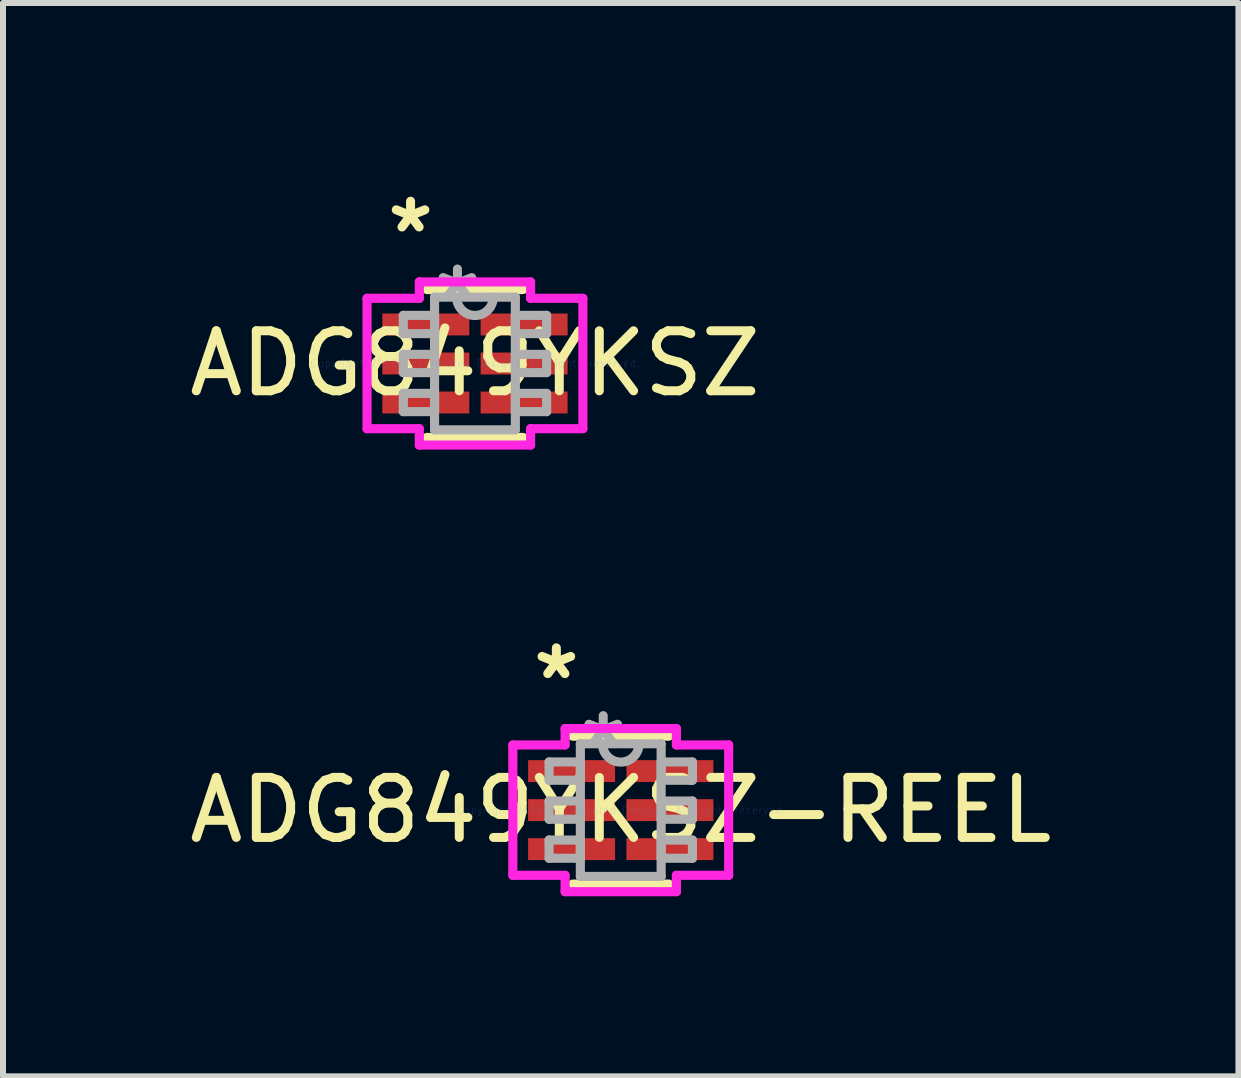
<source format=kicad_pcb>
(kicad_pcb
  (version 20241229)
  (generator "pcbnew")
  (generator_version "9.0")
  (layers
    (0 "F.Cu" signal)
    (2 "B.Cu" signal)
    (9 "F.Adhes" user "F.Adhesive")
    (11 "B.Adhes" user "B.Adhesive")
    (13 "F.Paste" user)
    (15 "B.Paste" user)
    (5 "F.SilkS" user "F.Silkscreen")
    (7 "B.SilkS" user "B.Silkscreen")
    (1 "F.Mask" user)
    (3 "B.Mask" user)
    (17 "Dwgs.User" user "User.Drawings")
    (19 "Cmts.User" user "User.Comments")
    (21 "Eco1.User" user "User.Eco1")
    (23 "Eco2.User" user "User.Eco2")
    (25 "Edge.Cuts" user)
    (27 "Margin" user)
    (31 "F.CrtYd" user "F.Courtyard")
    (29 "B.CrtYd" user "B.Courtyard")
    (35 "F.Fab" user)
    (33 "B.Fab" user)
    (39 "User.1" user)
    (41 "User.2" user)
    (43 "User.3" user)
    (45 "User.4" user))
  (footprint "ADG849YKSZ-REEL"
    (layer "F.Cu")
    (at 7.292 10.447)
    (property "Reference" "ADG849YKSZ-REEL" (at 0 0 0) (layer "F.SilkS") (effects (font (size 1 1) (thickness 0.15))))
    (attr through_hole)
    (fp_line (start -0.8 1.232) (end 0.8 1.232) (stroke (width 0.152) (type solid)) (layer "F.SilkS"))
    (fp_line (start 0.8 -1.232) (end -0.8 -1.232) (stroke (width 0.152) (type solid)) (layer "F.SilkS"))
    (fp_line (start -1.798 -1.086) (end -0.927 -1.086) (stroke (width 0.152) (type solid)) (layer "F.CrtYd"))
    (fp_line (start -1.798 1.086) (end -1.798 -1.086) (stroke (width 0.152) (type solid)) (layer "F.CrtYd"))
    (fp_line (start -0.927 -1.359) (end 0.927 -1.359) (stroke (width 0.152) (type solid)) (layer "F.CrtYd"))
    (fp_line (start -0.927 -1.086) (end -0.927 -1.359) (stroke (width 0.152) (type solid)) (layer "F.CrtYd"))
    (fp_line (start -0.927 1.086) (end -1.798 1.086) (stroke (width 0.152) (type solid)) (layer "F.CrtYd"))
    (fp_line (start -0.927 1.359) (end -0.927 1.086) (stroke (width 0.152) (type solid)) (layer "F.CrtYd"))
    (fp_line (start 0.927 -1.359) (end 0.927 -1.086) (stroke (width 0.152) (type solid)) (layer "F.CrtYd"))
    (fp_line (start 0.927 -1.086) (end 1.798 -1.086) (stroke (width 0.152) (type solid)) (layer "F.CrtYd"))
    (fp_line (start 0.927 1.086) (end 0.927 1.359) (stroke (width 0.152) (type solid)) (layer "F.CrtYd"))
    (fp_line (start 0.927 1.359) (end -0.927 1.359) (stroke (width 0.152) (type solid)) (layer "F.CrtYd"))
    (fp_line (start 1.798 -1.086) (end 1.798 1.086) (stroke (width 0.152) (type solid)) (layer "F.CrtYd"))
    (fp_line (start 1.798 1.086) (end 0.927 1.086) (stroke (width 0.152) (type solid)) (layer "F.CrtYd"))
    (fp_line (start -1.194 -0.802) (end -1.194 -0.498) (stroke (width 0.152) (type solid)) (layer "F.Fab"))
    (fp_line (start -1.194 -0.498) (end -0.673 -0.498) (stroke (width 0.152) (type solid)) (layer "F.Fab"))
    (fp_line (start -1.194 -0.152) (end -1.194 0.152) (stroke (width 0.152) (type solid)) (layer "F.Fab"))
    (fp_line (start -1.194 0.152) (end -0.673 0.152) (stroke (width 0.152) (type solid)) (layer "F.Fab"))
    (fp_line (start -1.194 0.498) (end -1.194 0.802) (stroke (width 0.152) (type solid)) (layer "F.Fab"))
    (fp_line (start -1.194 0.802) (end -0.673 0.802) (stroke (width 0.152) (type solid)) (layer "F.Fab"))
    (fp_line (start -0.673 -1.105) (end -0.673 1.105) (stroke (width 0.152) (type solid)) (layer "F.Fab"))
    (fp_line (start -0.673 -0.802) (end -1.194 -0.802) (stroke (width 0.152) (type solid)) (layer "F.Fab"))
    (fp_line (start -0.673 -0.498) (end -0.673 -0.802) (stroke (width 0.152) (type solid)) (layer "F.Fab"))
    (fp_line (start -0.673 -0.152) (end -1.194 -0.152) (stroke (width 0.152) (type solid)) (layer "F.Fab"))
    (fp_line (start -0.673 0.152) (end -0.673 -0.152) (stroke (width 0.152) (type solid)) (layer "F.Fab"))
    (fp_line (start -0.673 0.498) (end -1.194 0.498) (stroke (width 0.152) (type solid)) (layer "F.Fab"))
    (fp_line (start -0.673 0.802) (end -0.673 0.498) (stroke (width 0.152) (type solid)) (layer "F.Fab"))
    (fp_line (start -0.673 1.105) (end 0.673 1.105) (stroke (width 0.152) (type solid)) (layer "F.Fab"))
    (fp_line (start 0.673 -1.105) (end -0.673 -1.105) (stroke (width 0.152) (type solid)) (layer "F.Fab"))
    (fp_line (start 0.673 -0.802) (end 0.673 -0.498) (stroke (width 0.152) (type solid)) (layer "F.Fab"))
    (fp_line (start 0.673 -0.498) (end 1.194 -0.498) (stroke (width 0.152) (type solid)) (layer "F.Fab"))
    (fp_line (start 0.673 -0.152) (end 0.673 0.152) (stroke (width 0.152) (type solid)) (layer "F.Fab"))
    (fp_line (start 0.673 0.152) (end 1.194 0.152) (stroke (width 0.152) (type solid)) (layer "F.Fab"))
    (fp_line (start 0.673 0.498) (end 0.673 0.802) (stroke (width 0.152) (type solid)) (layer "F.Fab"))
    (fp_line (start 0.673 0.802) (end 1.194 0.802) (stroke (width 0.152) (type solid)) (layer "F.Fab"))
    (fp_line (start 0.673 1.105) (end 0.673 -1.105) (stroke (width 0.152) (type solid)) (layer "F.Fab"))
    (fp_line (start 1.194 -0.802) (end 0.673 -0.802) (stroke (width 0.152) (type solid)) (layer "F.Fab"))
    (fp_line (start 1.194 -0.498) (end 1.194 -0.802) (stroke (width 0.152) (type solid)) (layer "F.Fab"))
    (fp_line (start 1.194 -0.152) (end 0.673 -0.152) (stroke (width 0.152) (type solid)) (layer "F.Fab"))
    (fp_line (start 1.194 0.152) (end 1.194 -0.152) (stroke (width 0.152) (type solid)) (layer "F.Fab"))
    (fp_line (start 1.194 0.498) (end 0.673 0.498) (stroke (width 0.152) (type solid)) (layer "F.Fab"))
    (fp_line (start 1.194 0.802) (end 1.194 0.498) (stroke (width 0.152) (type solid)) (layer "F.Fab"))
    (fp_arc (start 0.3048 -1.1049) (mid 0 -0.8001) (end -0.3048 -1.1049) (stroke (width 0.1524) (type solid)) (layer "F.Fab"))
    (fp_text user "*" (at -1.073 -2.158 0) (layer "F.SilkS") (effects (font (size 1 1) (thickness 0.15))))
    (fp_text user "Copyright 2016 Accelerated Designs. All rights reserved." (at 0 0 0) (layer "Cmts.User") (effects (font (size 0.127 0.127) (thickness 0.002))))
    (fp_text user "*" (at -0.292 -1.029 0) (layer "F.Fab") (effects (font (size 1 1) (thickness 0.15))))
    (pad "1" smd rect (at -0.819 -0.65) (size 1.449 0.365) (layers "F.Cu" "F.Mask" "F.Paste"))
    (pad "2" smd rect (at -0.819 0) (size 1.449 0.365) (layers "F.Cu" "F.Mask" "F.Paste"))
    (pad "3" smd rect (at -0.819 0.65) (size 1.449 0.365) (layers "F.Cu" "F.Mask" "F.Paste"))
    (pad "4" smd rect (at 0.819 0.65) (size 1.449 0.365) (layers "F.Cu" "F.Mask" "F.Paste"))
    (pad "5" smd rect (at 0.819 0) (size 1.449 0.365) (layers "F.Cu" "F.Mask" "F.Paste"))
    (pad "6" smd rect (at 0.819 -0.65) (size 1.449 0.365) (layers "F.Cu" "F.Mask" "F.Paste")))
  (footprint "ADG849YKSZ"
    (layer "F.Cu")
    (at 4.863 3.006)
    (property "Reference" "ADG849YKSZ" (at 0 0 0) (layer "F.SilkS") (effects (font (size 1 1) (thickness 0.15))))
    (attr through_hole)
    (fp_line (start -0.8 1.232) (end 0.8 1.232) (stroke (width 0.152) (type solid)) (layer "F.SilkS"))
    (fp_line (start 0.8 -1.232) (end -0.8 -1.232) (stroke (width 0.152) (type solid)) (layer "F.SilkS"))
    (fp_line (start -1.798 -1.086) (end -0.927 -1.086) (stroke (width 0.152) (type solid)) (layer "F.CrtYd"))
    (fp_line (start -1.798 1.086) (end -1.798 -1.086) (stroke (width 0.152) (type solid)) (layer "F.CrtYd"))
    (fp_line (start -0.927 -1.359) (end 0.927 -1.359) (stroke (width 0.152) (type solid)) (layer "F.CrtYd"))
    (fp_line (start -0.927 -1.086) (end -0.927 -1.359) (stroke (width 0.152) (type solid)) (layer "F.CrtYd"))
    (fp_line (start -0.927 1.086) (end -1.798 1.086) (stroke (width 0.152) (type solid)) (layer "F.CrtYd"))
    (fp_line (start -0.927 1.359) (end -0.927 1.086) (stroke (width 0.152) (type solid)) (layer "F.CrtYd"))
    (fp_line (start 0.927 -1.359) (end 0.927 -1.086) (stroke (width 0.152) (type solid)) (layer "F.CrtYd"))
    (fp_line (start 0.927 -1.086) (end 1.798 -1.086) (stroke (width 0.152) (type solid)) (layer "F.CrtYd"))
    (fp_line (start 0.927 1.086) (end 0.927 1.359) (stroke (width 0.152) (type solid)) (layer "F.CrtYd"))
    (fp_line (start 0.927 1.359) (end -0.927 1.359) (stroke (width 0.152) (type solid)) (layer "F.CrtYd"))
    (fp_line (start 1.798 -1.086) (end 1.798 1.086) (stroke (width 0.152) (type solid)) (layer "F.CrtYd"))
    (fp_line (start 1.798 1.086) (end 0.927 1.086) (stroke (width 0.152) (type solid)) (layer "F.CrtYd"))
    (fp_line (start -1.194 -0.802) (end -1.194 -0.498) (stroke (width 0.152) (type solid)) (layer "F.Fab"))
    (fp_line (start -1.194 -0.498) (end -0.673 -0.498) (stroke (width 0.152) (type solid)) (layer "F.Fab"))
    (fp_line (start -1.194 -0.152) (end -1.194 0.152) (stroke (width 0.152) (type solid)) (layer "F.Fab"))
    (fp_line (start -1.194 0.152) (end -0.673 0.152) (stroke (width 0.152) (type solid)) (layer "F.Fab"))
    (fp_line (start -1.194 0.498) (end -1.194 0.802) (stroke (width 0.152) (type solid)) (layer "F.Fab"))
    (fp_line (start -1.194 0.802) (end -0.673 0.802) (stroke (width 0.152) (type solid)) (layer "F.Fab"))
    (fp_line (start -0.673 -1.105) (end -0.673 1.105) (stroke (width 0.152) (type solid)) (layer "F.Fab"))
    (fp_line (start -0.673 -0.802) (end -1.194 -0.802) (stroke (width 0.152) (type solid)) (layer "F.Fab"))
    (fp_line (start -0.673 -0.498) (end -0.673 -0.802) (stroke (width 0.152) (type solid)) (layer "F.Fab"))
    (fp_line (start -0.673 -0.152) (end -1.194 -0.152) (stroke (width 0.152) (type solid)) (layer "F.Fab"))
    (fp_line (start -0.673 0.152) (end -0.673 -0.152) (stroke (width 0.152) (type solid)) (layer "F.Fab"))
    (fp_line (start -0.673 0.498) (end -1.194 0.498) (stroke (width 0.152) (type solid)) (layer "F.Fab"))
    (fp_line (start -0.673 0.802) (end -0.673 0.498) (stroke (width 0.152) (type solid)) (layer "F.Fab"))
    (fp_line (start -0.673 1.105) (end 0.673 1.105) (stroke (width 0.152) (type solid)) (layer "F.Fab"))
    (fp_line (start 0.673 -1.105) (end -0.673 -1.105) (stroke (width 0.152) (type solid)) (layer "F.Fab"))
    (fp_line (start 0.673 -0.802) (end 0.673 -0.498) (stroke (width 0.152) (type solid)) (layer "F.Fab"))
    (fp_line (start 0.673 -0.498) (end 1.194 -0.498) (stroke (width 0.152) (type solid)) (layer "F.Fab"))
    (fp_line (start 0.673 -0.152) (end 0.673 0.152) (stroke (width 0.152) (type solid)) (layer "F.Fab"))
    (fp_line (start 0.673 0.152) (end 1.194 0.152) (stroke (width 0.152) (type solid)) (layer "F.Fab"))
    (fp_line (start 0.673 0.498) (end 0.673 0.802) (stroke (width 0.152) (type solid)) (layer "F.Fab"))
    (fp_line (start 0.673 0.802) (end 1.194 0.802) (stroke (width 0.152) (type solid)) (layer "F.Fab"))
    (fp_line (start 0.673 1.105) (end 0.673 -1.105) (stroke (width 0.152) (type solid)) (layer "F.Fab"))
    (fp_line (start 1.194 -0.802) (end 0.673 -0.802) (stroke (width 0.152) (type solid)) (layer "F.Fab"))
    (fp_line (start 1.194 -0.498) (end 1.194 -0.802) (stroke (width 0.152) (type solid)) (layer "F.Fab"))
    (fp_line (start 1.194 -0.152) (end 0.673 -0.152) (stroke (width 0.152) (type solid)) (layer "F.Fab"))
    (fp_line (start 1.194 0.152) (end 1.194 -0.152) (stroke (width 0.152) (type solid)) (layer "F.Fab"))
    (fp_line (start 1.194 0.498) (end 0.673 0.498) (stroke (width 0.152) (type solid)) (layer "F.Fab"))
    (fp_line (start 1.194 0.802) (end 1.194 0.498) (stroke (width 0.152) (type solid)) (layer "F.Fab"))
    (fp_arc (start 0.3048 -1.1049) (mid 0 -0.8001) (end -0.3048 -1.1049) (stroke (width 0.1524) (type solid)) (layer "F.Fab"))
    (fp_text user "*" (at -1.073 -2.158 0) (layer "F.SilkS") (effects (font (size 1 1) (thickness 0.15))))
    (fp_text user "Copyright 2016 Accelerated Designs. All rights reserved." (at 0 0 0) (layer "Cmts.User") (effects (font (size 0.127 0.127) (thickness 0.002))))
    (fp_text user "*" (at -0.292 -1.029 0) (layer "F.Fab") (effects (font (size 1 1) (thickness 0.15))))
    (pad "1" smd rect (at -0.819 -0.65) (size 1.449 0.365) (layers "F.Cu" "F.Mask" "F.Paste"))
    (pad "2" smd rect (at -0.819 0) (size 1.449 0.365) (layers "F.Cu" "F.Mask" "F.Paste"))
    (pad "3" smd rect (at -0.819 0.65) (size 1.449 0.365) (layers "F.Cu" "F.Mask" "F.Paste"))
    (pad "4" smd rect (at 0.819 0.65) (size 1.449 0.365) (layers "F.Cu" "F.Mask" "F.Paste"))
    (pad "5" smd rect (at 0.819 0) (size 1.449 0.365) (layers "F.Cu" "F.Mask" "F.Paste"))
    (pad "6" smd rect (at 0.819 -0.65) (size 1.449 0.365) (layers "F.Cu" "F.Mask" "F.Paste")))
  (gr_rect
    (start -3 -3)
    (end 17.583 14.882)
    (stroke (width 0.1) (type default))
    (fill no)
    (layer "Edge.Cuts")))
</source>
